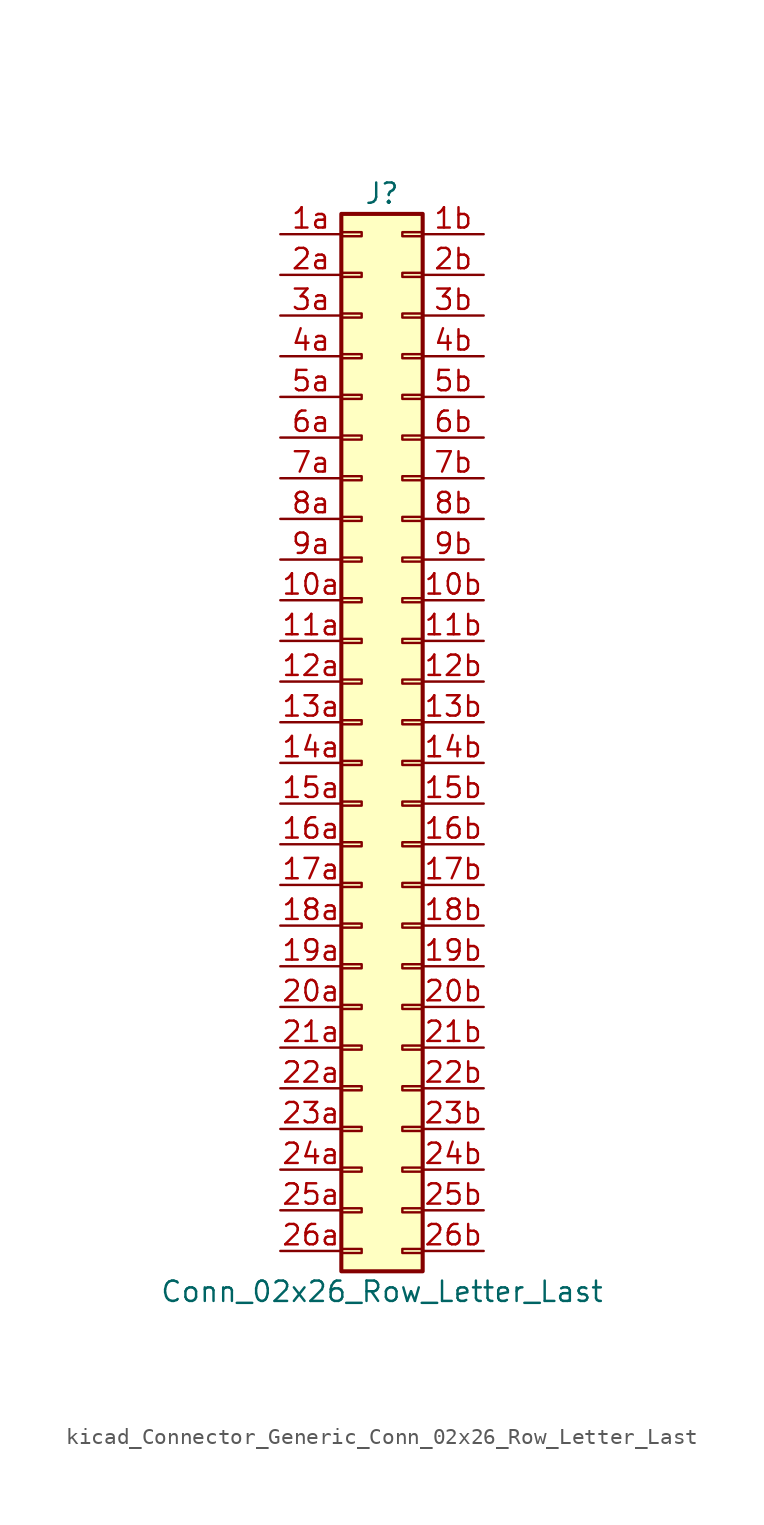
<source format=kicad_sym>
(kicad_symbol_lib
  (version 20220914)
  (generator kicad_symbol_editor)
  (symbol "kicad_Connector_Generic_Conn_02x26_Row_Letter_Last"
    (pin_names
      (offset 1.016) hide)
    (property "Reference" "J"
      (at 1.27 33.02 0)
      (effects (font (size 1.27 1.27))))
    (property "Value" "Conn_02x26_Row_Letter_Last"
      (at 1.27 -35.56 0)
      (effects (font (size 1.27 1.27))))
    (symbol "kicad_Connector_Generic_Conn_02x26_Row_Letter_Last_1_1"
      (rectangle (start -1.27 -32.893) (end 0 -33.147) (stroke (width 0.152) (type default)) (fill (type none)))
      (rectangle (start -1.27 -30.353) (end 0 -30.607) (stroke (width 0.152) (type default)) (fill (type none)))
      (rectangle (start -1.27 -27.813) (end 0 -28.067) (stroke (width 0.152) (type default)) (fill (type none)))
      (rectangle (start -1.27 -25.273) (end 0 -25.527) (stroke (width 0.152) (type default)) (fill (type none)))
      (rectangle (start -1.27 -22.733) (end 0 -22.987) (stroke (width 0.152) (type default)) (fill (type none)))
      (rectangle (start -1.27 -20.193) (end 0 -20.447) (stroke (width 0.152) (type default)) (fill (type none)))
      (rectangle (start -1.27 -17.653) (end 0 -17.907) (stroke (width 0.152) (type default)) (fill (type none)))
      (rectangle (start -1.27 -15.113) (end 0 -15.367) (stroke (width 0.152) (type default)) (fill (type none)))
      (rectangle (start -1.27 -12.573) (end 0 -12.827) (stroke (width 0.152) (type default)) (fill (type none)))
      (rectangle (start -1.27 -10.033) (end 0 -10.287) (stroke (width 0.152) (type default)) (fill (type none)))
      (rectangle (start -1.27 -7.493) (end 0 -7.747) (stroke (width 0.152) (type default)) (fill (type none)))
      (rectangle (start -1.27 -4.953) (end 0 -5.207) (stroke (width 0.152) (type default)) (fill (type none)))
      (rectangle (start -1.27 -2.413) (end 0 -2.667) (stroke (width 0.152) (type default)) (fill (type none)))
      (rectangle (start -1.27 0.127) (end 0 -0.127) (stroke (width 0.152) (type default)) (fill (type none)))
      (rectangle (start -1.27 2.667) (end 0 2.413) (stroke (width 0.152) (type default)) (fill (type none)))
      (rectangle (start -1.27 5.207) (end 0 4.953) (stroke (width 0.152) (type default)) (fill (type none)))
      (rectangle (start -1.27 7.747) (end 0 7.493) (stroke (width 0.152) (type default)) (fill (type none)))
      (rectangle (start -1.27 10.287) (end 0 10.033) (stroke (width 0.152) (type default)) (fill (type none)))
      (rectangle (start -1.27 12.827) (end 0 12.573) (stroke (width 0.152) (type default)) (fill (type none)))
      (rectangle (start -1.27 15.367) (end 0 15.113) (stroke (width 0.152) (type default)) (fill (type none)))
      (rectangle (start -1.27 17.907) (end 0 17.653) (stroke (width 0.152) (type default)) (fill (type none)))
      (rectangle (start -1.27 20.447) (end 0 20.193) (stroke (width 0.152) (type default)) (fill (type none)))
      (rectangle (start -1.27 22.987) (end 0 22.733) (stroke (width 0.152) (type default)) (fill (type none)))
      (rectangle (start -1.27 25.527) (end 0 25.273) (stroke (width 0.152) (type default)) (fill (type none)))
      (rectangle (start -1.27 28.067) (end 0 27.813) (stroke (width 0.152) (type default)) (fill (type none)))
      (rectangle (start -1.27 30.607) (end 0 30.353) (stroke (width 0.152) (type default)) (fill (type none)))
      (rectangle (start -1.27 31.75) (end 3.81 -34.29) (stroke (width 0.254) (type default)) (fill (type background)))
      (rectangle (start 3.81 -32.893) (end 2.54 -33.147) (stroke (width 0.152) (type default)) (fill (type none)))
      (rectangle (start 3.81 -30.353) (end 2.54 -30.607) (stroke (width 0.152) (type default)) (fill (type none)))
      (rectangle (start 3.81 -27.813) (end 2.54 -28.067) (stroke (width 0.152) (type default)) (fill (type none)))
      (rectangle (start 3.81 -25.273) (end 2.54 -25.527) (stroke (width 0.152) (type default)) (fill (type none)))
      (rectangle (start 3.81 -22.733) (end 2.54 -22.987) (stroke (width 0.152) (type default)) (fill (type none)))
      (rectangle (start 3.81 -20.193) (end 2.54 -20.447) (stroke (width 0.152) (type default)) (fill (type none)))
      (rectangle (start 3.81 -17.653) (end 2.54 -17.907) (stroke (width 0.152) (type default)) (fill (type none)))
      (rectangle (start 3.81 -15.113) (end 2.54 -15.367) (stroke (width 0.152) (type default)) (fill (type none)))
      (rectangle (start 3.81 -12.573) (end 2.54 -12.827) (stroke (width 0.152) (type default)) (fill (type none)))
      (rectangle (start 3.81 -10.033) (end 2.54 -10.287) (stroke (width 0.152) (type default)) (fill (type none)))
      (rectangle (start 3.81 -7.493) (end 2.54 -7.747) (stroke (width 0.152) (type default)) (fill (type none)))
      (rectangle (start 3.81 -4.953) (end 2.54 -5.207) (stroke (width 0.152) (type default)) (fill (type none)))
      (rectangle (start 3.81 -2.413) (end 2.54 -2.667) (stroke (width 0.152) (type default)) (fill (type none)))
      (rectangle (start 3.81 0.127) (end 2.54 -0.127) (stroke (width 0.152) (type default)) (fill (type none)))
      (rectangle (start 3.81 2.667) (end 2.54 2.413) (stroke (width 0.152) (type default)) (fill (type none)))
      (rectangle (start 3.81 5.207) (end 2.54 4.953) (stroke (width 0.152) (type default)) (fill (type none)))
      (rectangle (start 3.81 7.747) (end 2.54 7.493) (stroke (width 0.152) (type default)) (fill (type none)))
      (rectangle (start 3.81 10.287) (end 2.54 10.033) (stroke (width 0.152) (type default)) (fill (type none)))
      (rectangle (start 3.81 12.827) (end 2.54 12.573) (stroke (width 0.152) (type default)) (fill (type none)))
      (rectangle (start 3.81 15.367) (end 2.54 15.113) (stroke (width 0.152) (type default)) (fill (type none)))
      (rectangle (start 3.81 17.907) (end 2.54 17.653) (stroke (width 0.152) (type default)) (fill (type none)))
      (rectangle (start 3.81 20.447) (end 2.54 20.193) (stroke (width 0.152) (type default)) (fill (type none)))
      (rectangle (start 3.81 22.987) (end 2.54 22.733) (stroke (width 0.152) (type default)) (fill (type none)))
      (rectangle (start 3.81 25.527) (end 2.54 25.273) (stroke (width 0.152) (type default)) (fill (type none)))
      (rectangle (start 3.81 28.067) (end 2.54 27.813) (stroke (width 0.152) (type default)) (fill (type none)))
      (rectangle (start 3.81 30.607) (end 2.54 30.353) (stroke (width 0.152) (type default)) (fill (type none)))
      (pin passive line (at -5.08 7.62 0) (length 3.81) (name "Pin_10a" (effects (font (size 1.27 1.27)))) (number "10a" (effects (font (size 1.27 1.27)))))
      (pin passive line (at 7.62 7.62 180) (length 3.81) (name "Pin_10b" (effects (font (size 1.27 1.27)))) (number "10b" (effects (font (size 1.27 1.27)))))
      (pin passive line (at -5.08 5.08 0) (length 3.81) (name "Pin_11a" (effects (font (size 1.27 1.27)))) (number "11a" (effects (font (size 1.27 1.27)))))
      (pin passive line (at 7.62 5.08 180) (length 3.81) (name "Pin_11b" (effects (font (size 1.27 1.27)))) (number "11b" (effects (font (size 1.27 1.27)))))
      (pin passive line (at -5.08 2.54 0) (length 3.81) (name "Pin_12a" (effects (font (size 1.27 1.27)))) (number "12a" (effects (font (size 1.27 1.27)))))
      (pin passive line (at 7.62 2.54 180) (length 3.81) (name "Pin_12b" (effects (font (size 1.27 1.27)))) (number "12b" (effects (font (size 1.27 1.27)))))
      (pin passive line (at -5.08 0 0) (length 3.81) (name "Pin_13a" (effects (font (size 1.27 1.27)))) (number "13a" (effects (font (size 1.27 1.27)))))
      (pin passive line (at 7.62 0 180) (length 3.81) (name "Pin_13b" (effects (font (size 1.27 1.27)))) (number "13b" (effects (font (size 1.27 1.27)))))
      (pin passive line (at -5.08 -2.54 0) (length 3.81) (name "Pin_14a" (effects (font (size 1.27 1.27)))) (number "14a" (effects (font (size 1.27 1.27)))))
      (pin passive line (at 7.62 -2.54 180) (length 3.81) (name "Pin_14b" (effects (font (size 1.27 1.27)))) (number "14b" (effects (font (size 1.27 1.27)))))
      (pin passive line (at -5.08 -5.08 0) (length 3.81) (name "Pin_15a" (effects (font (size 1.27 1.27)))) (number "15a" (effects (font (size 1.27 1.27)))))
      (pin passive line (at 7.62 -5.08 180) (length 3.81) (name "Pin_15b" (effects (font (size 1.27 1.27)))) (number "15b" (effects (font (size 1.27 1.27)))))
      (pin passive line (at -5.08 -7.62 0) (length 3.81) (name "Pin_16a" (effects (font (size 1.27 1.27)))) (number "16a" (effects (font (size 1.27 1.27)))))
      (pin passive line (at 7.62 -7.62 180) (length 3.81) (name "Pin_16b" (effects (font (size 1.27 1.27)))) (number "16b" (effects (font (size 1.27 1.27)))))
      (pin passive line (at -5.08 -10.16 0) (length 3.81) (name "Pin_17a" (effects (font (size 1.27 1.27)))) (number "17a" (effects (font (size 1.27 1.27)))))
      (pin passive line (at 7.62 -10.16 180) (length 3.81) (name "Pin_17b" (effects (font (size 1.27 1.27)))) (number "17b" (effects (font (size 1.27 1.27)))))
      (pin passive line (at -5.08 -12.7 0) (length 3.81) (name "Pin_18a" (effects (font (size 1.27 1.27)))) (number "18a" (effects (font (size 1.27 1.27)))))
      (pin passive line (at 7.62 -12.7 180) (length 3.81) (name "Pin_18b" (effects (font (size 1.27 1.27)))) (number "18b" (effects (font (size 1.27 1.27)))))
      (pin passive line (at -5.08 -15.24 0) (length 3.81) (name "Pin_19a" (effects (font (size 1.27 1.27)))) (number "19a" (effects (font (size 1.27 1.27)))))
      (pin passive line (at 7.62 -15.24 180) (length 3.81) (name "Pin_19b" (effects (font (size 1.27 1.27)))) (number "19b" (effects (font (size 1.27 1.27)))))
      (pin passive line (at -5.08 30.48 0) (length 3.81) (name "Pin_1a" (effects (font (size 1.27 1.27)))) (number "1a" (effects (font (size 1.27 1.27)))))
      (pin passive line (at 7.62 30.48 180) (length 3.81) (name "Pin_1b" (effects (font (size 1.27 1.27)))) (number "1b" (effects (font (size 1.27 1.27)))))
      (pin passive line (at -5.08 -17.78 0) (length 3.81) (name "Pin_20a" (effects (font (size 1.27 1.27)))) (number "20a" (effects (font (size 1.27 1.27)))))
      (pin passive line (at 7.62 -17.78 180) (length 3.81) (name "Pin_20b" (effects (font (size 1.27 1.27)))) (number "20b" (effects (font (size 1.27 1.27)))))
      (pin passive line (at -5.08 -20.32 0) (length 3.81) (name "Pin_21a" (effects (font (size 1.27 1.27)))) (number "21a" (effects (font (size 1.27 1.27)))))
      (pin passive line (at 7.62 -20.32 180) (length 3.81) (name "Pin_21b" (effects (font (size 1.27 1.27)))) (number "21b" (effects (font (size 1.27 1.27)))))
      (pin passive line (at -5.08 -22.86 0) (length 3.81) (name "Pin_22a" (effects (font (size 1.27 1.27)))) (number "22a" (effects (font (size 1.27 1.27)))))
      (pin passive line (at 7.62 -22.86 180) (length 3.81) (name "Pin_22b" (effects (font (size 1.27 1.27)))) (number "22b" (effects (font (size 1.27 1.27)))))
      (pin passive line (at -5.08 -25.4 0) (length 3.81) (name "Pin_23a" (effects (font (size 1.27 1.27)))) (number "23a" (effects (font (size 1.27 1.27)))))
      (pin passive line (at 7.62 -25.4 180) (length 3.81) (name "Pin_23b" (effects (font (size 1.27 1.27)))) (number "23b" (effects (font (size 1.27 1.27)))))
      (pin passive line (at -5.08 -27.94 0) (length 3.81) (name "Pin_24a" (effects (font (size 1.27 1.27)))) (number "24a" (effects (font (size 1.27 1.27)))))
      (pin passive line (at 7.62 -27.94 180) (length 3.81) (name "Pin_24b" (effects (font (size 1.27 1.27)))) (number "24b" (effects (font (size 1.27 1.27)))))
      (pin passive line (at -5.08 -30.48 0) (length 3.81) (name "Pin_25a" (effects (font (size 1.27 1.27)))) (number "25a" (effects (font (size 1.27 1.27)))))
      (pin passive line (at 7.62 -30.48 180) (length 3.81) (name "Pin_25b" (effects (font (size 1.27 1.27)))) (number "25b" (effects (font (size 1.27 1.27)))))
      (pin passive line (at -5.08 -33.02 0) (length 3.81) (name "Pin_26a" (effects (font (size 1.27 1.27)))) (number "26a" (effects (font (size 1.27 1.27)))))
      (pin passive line (at 7.62 -33.02 180) (length 3.81) (name "Pin_26b" (effects (font (size 1.27 1.27)))) (number "26b" (effects (font (size 1.27 1.27)))))
      (pin passive line (at -5.08 27.94 0) (length 3.81) (name "Pin_2a" (effects (font (size 1.27 1.27)))) (number "2a" (effects (font (size 1.27 1.27)))))
      (pin passive line (at 7.62 27.94 180) (length 3.81) (name "Pin_2b" (effects (font (size 1.27 1.27)))) (number "2b" (effects (font (size 1.27 1.27)))))
      (pin passive line (at -5.08 25.4 0) (length 3.81) (name "Pin_3a" (effects (font (size 1.27 1.27)))) (number "3a" (effects (font (size 1.27 1.27)))))
      (pin passive line (at 7.62 25.4 180) (length 3.81) (name "Pin_3b" (effects (font (size 1.27 1.27)))) (number "3b" (effects (font (size 1.27 1.27)))))
      (pin passive line (at -5.08 22.86 0) (length 3.81) (name "Pin_4a" (effects (font (size 1.27 1.27)))) (number "4a" (effects (font (size 1.27 1.27)))))
      (pin passive line (at 7.62 22.86 180) (length 3.81) (name "Pin_4b" (effects (font (size 1.27 1.27)))) (number "4b" (effects (font (size 1.27 1.27)))))
      (pin passive line (at -5.08 20.32 0) (length 3.81) (name "Pin_5a" (effects (font (size 1.27 1.27)))) (number "5a" (effects (font (size 1.27 1.27)))))
      (pin passive line (at 7.62 20.32 180) (length 3.81) (name "Pin_5b" (effects (font (size 1.27 1.27)))) (number "5b" (effects (font (size 1.27 1.27)))))
      (pin passive line (at -5.08 17.78 0) (length 3.81) (name "Pin_6a" (effects (font (size 1.27 1.27)))) (number "6a" (effects (font (size 1.27 1.27)))))
      (pin passive line (at 7.62 17.78 180) (length 3.81) (name "Pin_6b" (effects (font (size 1.27 1.27)))) (number "6b" (effects (font (size 1.27 1.27)))))
      (pin passive line (at -5.08 15.24 0) (length 3.81) (name "Pin_7a" (effects (font (size 1.27 1.27)))) (number "7a" (effects (font (size 1.27 1.27)))))
      (pin passive line (at 7.62 15.24 180) (length 3.81) (name "Pin_7b" (effects (font (size 1.27 1.27)))) (number "7b" (effects (font (size 1.27 1.27)))))
      (pin passive line (at -5.08 12.7 0) (length 3.81) (name "Pin_8a" (effects (font (size 1.27 1.27)))) (number "8a" (effects (font (size 1.27 1.27)))))
      (pin passive line (at 7.62 12.7 180) (length 3.81) (name "Pin_8b" (effects (font (size 1.27 1.27)))) (number "8b" (effects (font (size 1.27 1.27)))))
      (pin passive line (at -5.08 10.16 0) (length 3.81) (name "Pin_9a" (effects (font (size 1.27 1.27)))) (number "9a" (effects (font (size 1.27 1.27)))))
      (pin passive line (at 7.62 10.16 180) (length 3.81) (name "Pin_9b" (effects (font (size 1.27 1.27)))) (number "9b" (effects (font (size 1.27 1.27))))))))
</source>
